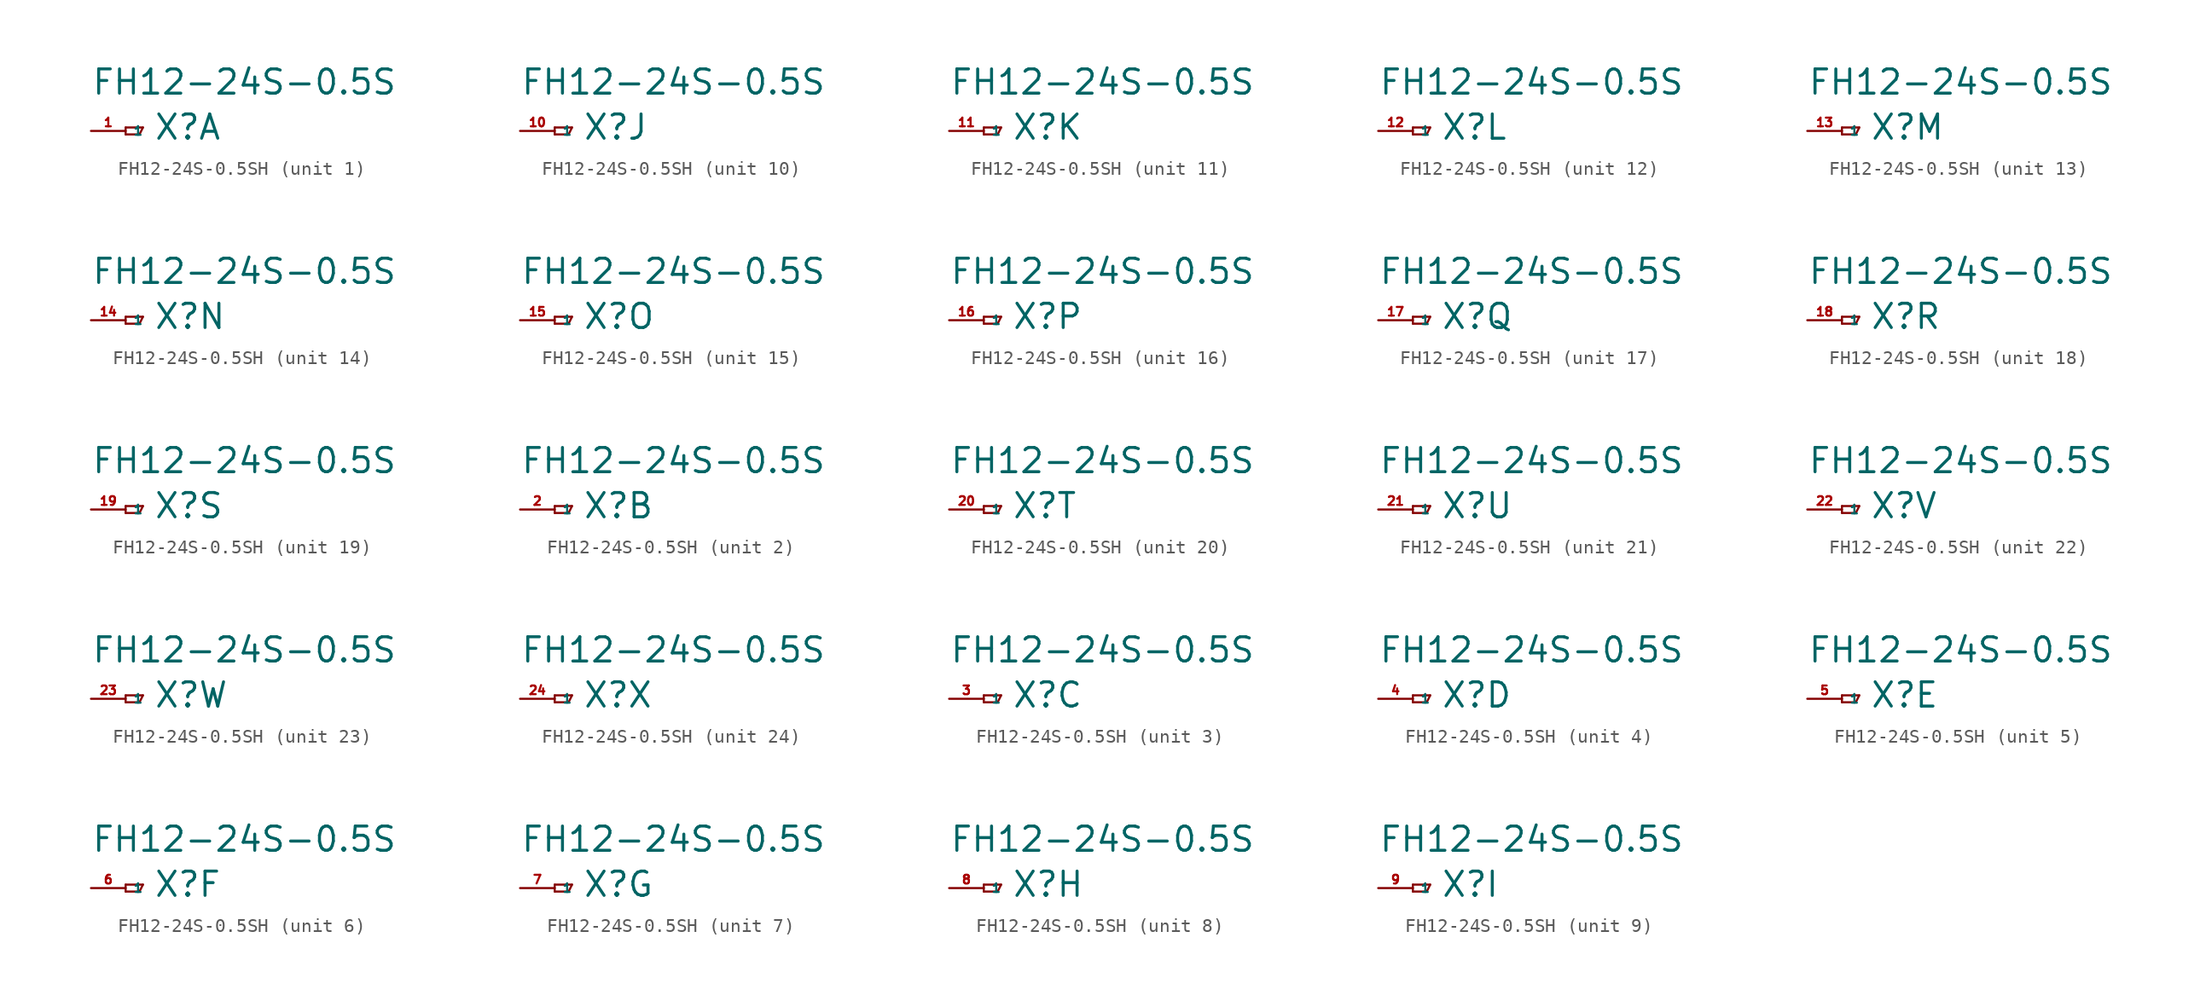
<source format=kicad_sym>
(kicad_symbol_lib
  (version 20220914)
  (generator Eagle2Kicad)
  (symbol "FH12-24S-0.5SH"
    (property "Reference" "X"
      (at 2.032 -0.762 0)
      (effects (font (size 1.778 1.778) (thickness 0.22)) (justify left bottom)))
    (property "Value" "FH12-24S-0.5S"
      (at -2.54 2.54 0)
      (effects (font (size 1.778 1.778) (thickness 0.22)) (justify left bottom)))
    (symbol "FH12-24S-0.5SH_1_0"
      (polyline (pts (xy 0 0.254) (xy 0 -0.254)) (stroke (width 0.152) (type default)) (fill (type none)))
      (polyline (pts (xy 0 -0.254) (xy 1.016 -0.254)) (stroke (width 0.152) (type default)) (fill (type none)))
      (polyline (pts (xy 1.016 -0.254) (xy 1.27 0.254)) (stroke (width 0.152) (type default)) (fill (type none)))
      (polyline (pts (xy 1.27 0.254) (xy 0 0.254)) (stroke (width 0.152) (type default)) (fill (type none)))
      (pin passive line (at -2.54 0 0) (length 2.54) (name "1" (effects (font (size 0.635 0.635) (thickness 0.08)) (justify left bottom))) (number "1" (effects (font (size 0.635 0.635) (thickness 0.08)) (justify left bottom)))))
    (symbol "FH12-24S-0.5SH_2_0"
      (polyline (pts (xy 0 0.254) (xy 0 -0.254)) (stroke (width 0.152) (type default)) (fill (type none)))
      (polyline (pts (xy 0 -0.254) (xy 1.016 -0.254)) (stroke (width 0.152) (type default)) (fill (type none)))
      (polyline (pts (xy 1.016 -0.254) (xy 1.27 0.254)) (stroke (width 0.152) (type default)) (fill (type none)))
      (polyline (pts (xy 1.27 0.254) (xy 0 0.254)) (stroke (width 0.152) (type default)) (fill (type none)))
      (pin passive line (at -2.54 0 0) (length 2.54) (name "1" (effects (font (size 0.635 0.635) (thickness 0.08)) (justify left bottom))) (number "2" (effects (font (size 0.635 0.635) (thickness 0.08)) (justify left bottom)))))
    (symbol "FH12-24S-0.5SH_3_0"
      (polyline (pts (xy 0 0.254) (xy 0 -0.254)) (stroke (width 0.152) (type default)) (fill (type none)))
      (polyline (pts (xy 0 -0.254) (xy 1.016 -0.254)) (stroke (width 0.152) (type default)) (fill (type none)))
      (polyline (pts (xy 1.016 -0.254) (xy 1.27 0.254)) (stroke (width 0.152) (type default)) (fill (type none)))
      (polyline (pts (xy 1.27 0.254) (xy 0 0.254)) (stroke (width 0.152) (type default)) (fill (type none)))
      (pin passive line (at -2.54 0 0) (length 2.54) (name "1" (effects (font (size 0.635 0.635) (thickness 0.08)) (justify left bottom))) (number "3" (effects (font (size 0.635 0.635) (thickness 0.08)) (justify left bottom)))))
    (symbol "FH12-24S-0.5SH_4_0"
      (polyline (pts (xy 0 0.254) (xy 0 -0.254)) (stroke (width 0.152) (type default)) (fill (type none)))
      (polyline (pts (xy 0 -0.254) (xy 1.016 -0.254)) (stroke (width 0.152) (type default)) (fill (type none)))
      (polyline (pts (xy 1.016 -0.254) (xy 1.27 0.254)) (stroke (width 0.152) (type default)) (fill (type none)))
      (polyline (pts (xy 1.27 0.254) (xy 0 0.254)) (stroke (width 0.152) (type default)) (fill (type none)))
      (pin passive line (at -2.54 0 0) (length 2.54) (name "1" (effects (font (size 0.635 0.635) (thickness 0.08)) (justify left bottom))) (number "4" (effects (font (size 0.635 0.635) (thickness 0.08)) (justify left bottom)))))
    (symbol "FH12-24S-0.5SH_5_0"
      (polyline (pts (xy 0 0.254) (xy 0 -0.254)) (stroke (width 0.152) (type default)) (fill (type none)))
      (polyline (pts (xy 0 -0.254) (xy 1.016 -0.254)) (stroke (width 0.152) (type default)) (fill (type none)))
      (polyline (pts (xy 1.016 -0.254) (xy 1.27 0.254)) (stroke (width 0.152) (type default)) (fill (type none)))
      (polyline (pts (xy 1.27 0.254) (xy 0 0.254)) (stroke (width 0.152) (type default)) (fill (type none)))
      (pin passive line (at -2.54 0 0) (length 2.54) (name "1" (effects (font (size 0.635 0.635) (thickness 0.08)) (justify left bottom))) (number "5" (effects (font (size 0.635 0.635) (thickness 0.08)) (justify left bottom)))))
    (symbol "FH12-24S-0.5SH_6_0"
      (polyline (pts (xy 0 0.254) (xy 0 -0.254)) (stroke (width 0.152) (type default)) (fill (type none)))
      (polyline (pts (xy 0 -0.254) (xy 1.016 -0.254)) (stroke (width 0.152) (type default)) (fill (type none)))
      (polyline (pts (xy 1.016 -0.254) (xy 1.27 0.254)) (stroke (width 0.152) (type default)) (fill (type none)))
      (polyline (pts (xy 1.27 0.254) (xy 0 0.254)) (stroke (width 0.152) (type default)) (fill (type none)))
      (pin passive line (at -2.54 0 0) (length 2.54) (name "1" (effects (font (size 0.635 0.635) (thickness 0.08)) (justify left bottom))) (number "6" (effects (font (size 0.635 0.635) (thickness 0.08)) (justify left bottom)))))
    (symbol "FH12-24S-0.5SH_7_0"
      (polyline (pts (xy 0 0.254) (xy 0 -0.254)) (stroke (width 0.152) (type default)) (fill (type none)))
      (polyline (pts (xy 0 -0.254) (xy 1.016 -0.254)) (stroke (width 0.152) (type default)) (fill (type none)))
      (polyline (pts (xy 1.016 -0.254) (xy 1.27 0.254)) (stroke (width 0.152) (type default)) (fill (type none)))
      (polyline (pts (xy 1.27 0.254) (xy 0 0.254)) (stroke (width 0.152) (type default)) (fill (type none)))
      (pin passive line (at -2.54 0 0) (length 2.54) (name "1" (effects (font (size 0.635 0.635) (thickness 0.08)) (justify left bottom))) (number "7" (effects (font (size 0.635 0.635) (thickness 0.08)) (justify left bottom)))))
    (symbol "FH12-24S-0.5SH_8_0"
      (polyline (pts (xy 0 0.254) (xy 0 -0.254)) (stroke (width 0.152) (type default)) (fill (type none)))
      (polyline (pts (xy 0 -0.254) (xy 1.016 -0.254)) (stroke (width 0.152) (type default)) (fill (type none)))
      (polyline (pts (xy 1.016 -0.254) (xy 1.27 0.254)) (stroke (width 0.152) (type default)) (fill (type none)))
      (polyline (pts (xy 1.27 0.254) (xy 0 0.254)) (stroke (width 0.152) (type default)) (fill (type none)))
      (pin passive line (at -2.54 0 0) (length 2.54) (name "1" (effects (font (size 0.635 0.635) (thickness 0.08)) (justify left bottom))) (number "8" (effects (font (size 0.635 0.635) (thickness 0.08)) (justify left bottom)))))
    (symbol "FH12-24S-0.5SH_9_0"
      (polyline (pts (xy 0 0.254) (xy 0 -0.254)) (stroke (width 0.152) (type default)) (fill (type none)))
      (polyline (pts (xy 0 -0.254) (xy 1.016 -0.254)) (stroke (width 0.152) (type default)) (fill (type none)))
      (polyline (pts (xy 1.016 -0.254) (xy 1.27 0.254)) (stroke (width 0.152) (type default)) (fill (type none)))
      (polyline (pts (xy 1.27 0.254) (xy 0 0.254)) (stroke (width 0.152) (type default)) (fill (type none)))
      (pin passive line (at -2.54 0 0) (length 2.54) (name "1" (effects (font (size 0.635 0.635) (thickness 0.08)) (justify left bottom))) (number "9" (effects (font (size 0.635 0.635) (thickness 0.08)) (justify left bottom)))))
    (symbol "FH12-24S-0.5SH_10_0"
      (polyline (pts (xy 0 0.254) (xy 0 -0.254)) (stroke (width 0.152) (type default)) (fill (type none)))
      (polyline (pts (xy 0 -0.254) (xy 1.016 -0.254)) (stroke (width 0.152) (type default)) (fill (type none)))
      (polyline (pts (xy 1.016 -0.254) (xy 1.27 0.254)) (stroke (width 0.152) (type default)) (fill (type none)))
      (polyline (pts (xy 1.27 0.254) (xy 0 0.254)) (stroke (width 0.152) (type default)) (fill (type none)))
      (pin passive line (at -2.54 0 0) (length 2.54) (name "1" (effects (font (size 0.635 0.635) (thickness 0.08)) (justify left bottom))) (number "10" (effects (font (size 0.635 0.635) (thickness 0.08)) (justify left bottom)))))
    (symbol "FH12-24S-0.5SH_11_0"
      (polyline (pts (xy 0 0.254) (xy 0 -0.254)) (stroke (width 0.152) (type default)) (fill (type none)))
      (polyline (pts (xy 0 -0.254) (xy 1.016 -0.254)) (stroke (width 0.152) (type default)) (fill (type none)))
      (polyline (pts (xy 1.016 -0.254) (xy 1.27 0.254)) (stroke (width 0.152) (type default)) (fill (type none)))
      (polyline (pts (xy 1.27 0.254) (xy 0 0.254)) (stroke (width 0.152) (type default)) (fill (type none)))
      (pin passive line (at -2.54 0 0) (length 2.54) (name "1" (effects (font (size 0.635 0.635) (thickness 0.08)) (justify left bottom))) (number "11" (effects (font (size 0.635 0.635) (thickness 0.08)) (justify left bottom)))))
    (symbol "FH12-24S-0.5SH_12_0"
      (polyline (pts (xy 0 0.254) (xy 0 -0.254)) (stroke (width 0.152) (type default)) (fill (type none)))
      (polyline (pts (xy 0 -0.254) (xy 1.016 -0.254)) (stroke (width 0.152) (type default)) (fill (type none)))
      (polyline (pts (xy 1.016 -0.254) (xy 1.27 0.254)) (stroke (width 0.152) (type default)) (fill (type none)))
      (polyline (pts (xy 1.27 0.254) (xy 0 0.254)) (stroke (width 0.152) (type default)) (fill (type none)))
      (pin passive line (at -2.54 0 0) (length 2.54) (name "1" (effects (font (size 0.635 0.635) (thickness 0.08)) (justify left bottom))) (number "12" (effects (font (size 0.635 0.635) (thickness 0.08)) (justify left bottom)))))
    (symbol "FH12-24S-0.5SH_13_0"
      (polyline (pts (xy 0 0.254) (xy 0 -0.254)) (stroke (width 0.152) (type default)) (fill (type none)))
      (polyline (pts (xy 0 -0.254) (xy 1.016 -0.254)) (stroke (width 0.152) (type default)) (fill (type none)))
      (polyline (pts (xy 1.016 -0.254) (xy 1.27 0.254)) (stroke (width 0.152) (type default)) (fill (type none)))
      (polyline (pts (xy 1.27 0.254) (xy 0 0.254)) (stroke (width 0.152) (type default)) (fill (type none)))
      (pin passive line (at -2.54 0 0) (length 2.54) (name "1" (effects (font (size 0.635 0.635) (thickness 0.08)) (justify left bottom))) (number "13" (effects (font (size 0.635 0.635) (thickness 0.08)) (justify left bottom)))))
    (symbol "FH12-24S-0.5SH_14_0"
      (polyline (pts (xy 0 0.254) (xy 0 -0.254)) (stroke (width 0.152) (type default)) (fill (type none)))
      (polyline (pts (xy 0 -0.254) (xy 1.016 -0.254)) (stroke (width 0.152) (type default)) (fill (type none)))
      (polyline (pts (xy 1.016 -0.254) (xy 1.27 0.254)) (stroke (width 0.152) (type default)) (fill (type none)))
      (polyline (pts (xy 1.27 0.254) (xy 0 0.254)) (stroke (width 0.152) (type default)) (fill (type none)))
      (pin passive line (at -2.54 0 0) (length 2.54) (name "1" (effects (font (size 0.635 0.635) (thickness 0.08)) (justify left bottom))) (number "14" (effects (font (size 0.635 0.635) (thickness 0.08)) (justify left bottom)))))
    (symbol "FH12-24S-0.5SH_15_0"
      (polyline (pts (xy 0 0.254) (xy 0 -0.254)) (stroke (width 0.152) (type default)) (fill (type none)))
      (polyline (pts (xy 0 -0.254) (xy 1.016 -0.254)) (stroke (width 0.152) (type default)) (fill (type none)))
      (polyline (pts (xy 1.016 -0.254) (xy 1.27 0.254)) (stroke (width 0.152) (type default)) (fill (type none)))
      (polyline (pts (xy 1.27 0.254) (xy 0 0.254)) (stroke (width 0.152) (type default)) (fill (type none)))
      (pin passive line (at -2.54 0 0) (length 2.54) (name "1" (effects (font (size 0.635 0.635) (thickness 0.08)) (justify left bottom))) (number "15" (effects (font (size 0.635 0.635) (thickness 0.08)) (justify left bottom)))))
    (symbol "FH12-24S-0.5SH_16_0"
      (polyline (pts (xy 0 0.254) (xy 0 -0.254)) (stroke (width 0.152) (type default)) (fill (type none)))
      (polyline (pts (xy 0 -0.254) (xy 1.016 -0.254)) (stroke (width 0.152) (type default)) (fill (type none)))
      (polyline (pts (xy 1.016 -0.254) (xy 1.27 0.254)) (stroke (width 0.152) (type default)) (fill (type none)))
      (polyline (pts (xy 1.27 0.254) (xy 0 0.254)) (stroke (width 0.152) (type default)) (fill (type none)))
      (pin passive line (at -2.54 0 0) (length 2.54) (name "1" (effects (font (size 0.635 0.635) (thickness 0.08)) (justify left bottom))) (number "16" (effects (font (size 0.635 0.635) (thickness 0.08)) (justify left bottom)))))
    (symbol "FH12-24S-0.5SH_17_0"
      (polyline (pts (xy 0 0.254) (xy 0 -0.254)) (stroke (width 0.152) (type default)) (fill (type none)))
      (polyline (pts (xy 0 -0.254) (xy 1.016 -0.254)) (stroke (width 0.152) (type default)) (fill (type none)))
      (polyline (pts (xy 1.016 -0.254) (xy 1.27 0.254)) (stroke (width 0.152) (type default)) (fill (type none)))
      (polyline (pts (xy 1.27 0.254) (xy 0 0.254)) (stroke (width 0.152) (type default)) (fill (type none)))
      (pin passive line (at -2.54 0 0) (length 2.54) (name "1" (effects (font (size 0.635 0.635) (thickness 0.08)) (justify left bottom))) (number "17" (effects (font (size 0.635 0.635) (thickness 0.08)) (justify left bottom)))))
    (symbol "FH12-24S-0.5SH_18_0"
      (polyline (pts (xy 0 0.254) (xy 0 -0.254)) (stroke (width 0.152) (type default)) (fill (type none)))
      (polyline (pts (xy 0 -0.254) (xy 1.016 -0.254)) (stroke (width 0.152) (type default)) (fill (type none)))
      (polyline (pts (xy 1.016 -0.254) (xy 1.27 0.254)) (stroke (width 0.152) (type default)) (fill (type none)))
      (polyline (pts (xy 1.27 0.254) (xy 0 0.254)) (stroke (width 0.152) (type default)) (fill (type none)))
      (pin passive line (at -2.54 0 0) (length 2.54) (name "1" (effects (font (size 0.635 0.635) (thickness 0.08)) (justify left bottom))) (number "18" (effects (font (size 0.635 0.635) (thickness 0.08)) (justify left bottom)))))
    (symbol "FH12-24S-0.5SH_19_0"
      (polyline (pts (xy 0 0.254) (xy 0 -0.254)) (stroke (width 0.152) (type default)) (fill (type none)))
      (polyline (pts (xy 0 -0.254) (xy 1.016 -0.254)) (stroke (width 0.152) (type default)) (fill (type none)))
      (polyline (pts (xy 1.016 -0.254) (xy 1.27 0.254)) (stroke (width 0.152) (type default)) (fill (type none)))
      (polyline (pts (xy 1.27 0.254) (xy 0 0.254)) (stroke (width 0.152) (type default)) (fill (type none)))
      (pin passive line (at -2.54 0 0) (length 2.54) (name "1" (effects (font (size 0.635 0.635) (thickness 0.08)) (justify left bottom))) (number "19" (effects (font (size 0.635 0.635) (thickness 0.08)) (justify left bottom)))))
    (symbol "FH12-24S-0.5SH_20_0"
      (polyline (pts (xy 0 0.254) (xy 0 -0.254)) (stroke (width 0.152) (type default)) (fill (type none)))
      (polyline (pts (xy 0 -0.254) (xy 1.016 -0.254)) (stroke (width 0.152) (type default)) (fill (type none)))
      (polyline (pts (xy 1.016 -0.254) (xy 1.27 0.254)) (stroke (width 0.152) (type default)) (fill (type none)))
      (polyline (pts (xy 1.27 0.254) (xy 0 0.254)) (stroke (width 0.152) (type default)) (fill (type none)))
      (pin passive line (at -2.54 0 0) (length 2.54) (name "1" (effects (font (size 0.635 0.635) (thickness 0.08)) (justify left bottom))) (number "20" (effects (font (size 0.635 0.635) (thickness 0.08)) (justify left bottom)))))
    (symbol "FH12-24S-0.5SH_21_0"
      (polyline (pts (xy 0 0.254) (xy 0 -0.254)) (stroke (width 0.152) (type default)) (fill (type none)))
      (polyline (pts (xy 0 -0.254) (xy 1.016 -0.254)) (stroke (width 0.152) (type default)) (fill (type none)))
      (polyline (pts (xy 1.016 -0.254) (xy 1.27 0.254)) (stroke (width 0.152) (type default)) (fill (type none)))
      (polyline (pts (xy 1.27 0.254) (xy 0 0.254)) (stroke (width 0.152) (type default)) (fill (type none)))
      (pin passive line (at -2.54 0 0) (length 2.54) (name "1" (effects (font (size 0.635 0.635) (thickness 0.08)) (justify left bottom))) (number "21" (effects (font (size 0.635 0.635) (thickness 0.08)) (justify left bottom)))))
    (symbol "FH12-24S-0.5SH_22_0"
      (polyline (pts (xy 0 0.254) (xy 0 -0.254)) (stroke (width 0.152) (type default)) (fill (type none)))
      (polyline (pts (xy 0 -0.254) (xy 1.016 -0.254)) (stroke (width 0.152) (type default)) (fill (type none)))
      (polyline (pts (xy 1.016 -0.254) (xy 1.27 0.254)) (stroke (width 0.152) (type default)) (fill (type none)))
      (polyline (pts (xy 1.27 0.254) (xy 0 0.254)) (stroke (width 0.152) (type default)) (fill (type none)))
      (pin passive line (at -2.54 0 0) (length 2.54) (name "1" (effects (font (size 0.635 0.635) (thickness 0.08)) (justify left bottom))) (number "22" (effects (font (size 0.635 0.635) (thickness 0.08)) (justify left bottom)))))
    (symbol "FH12-24S-0.5SH_23_0"
      (polyline (pts (xy 0 0.254) (xy 0 -0.254)) (stroke (width 0.152) (type default)) (fill (type none)))
      (polyline (pts (xy 0 -0.254) (xy 1.016 -0.254)) (stroke (width 0.152) (type default)) (fill (type none)))
      (polyline (pts (xy 1.016 -0.254) (xy 1.27 0.254)) (stroke (width 0.152) (type default)) (fill (type none)))
      (polyline (pts (xy 1.27 0.254) (xy 0 0.254)) (stroke (width 0.152) (type default)) (fill (type none)))
      (pin passive line (at -2.54 0 0) (length 2.54) (name "1" (effects (font (size 0.635 0.635) (thickness 0.08)) (justify left bottom))) (number "23" (effects (font (size 0.635 0.635) (thickness 0.08)) (justify left bottom)))))
    (symbol "FH12-24S-0.5SH_24_0"
      (polyline (pts (xy 0 0.254) (xy 0 -0.254)) (stroke (width 0.152) (type default)) (fill (type none)))
      (polyline (pts (xy 0 -0.254) (xy 1.016 -0.254)) (stroke (width 0.152) (type default)) (fill (type none)))
      (polyline (pts (xy 1.016 -0.254) (xy 1.27 0.254)) (stroke (width 0.152) (type default)) (fill (type none)))
      (polyline (pts (xy 1.27 0.254) (xy 0 0.254)) (stroke (width 0.152) (type default)) (fill (type none)))
      (pin passive line (at -2.54 0 0) (length 2.54) (name "1" (effects (font (size 0.635 0.635) (thickness 0.08)) (justify left bottom))) (number "24" (effects (font (size 0.635 0.635) (thickness 0.08)) (justify left bottom)))))))
</source>
